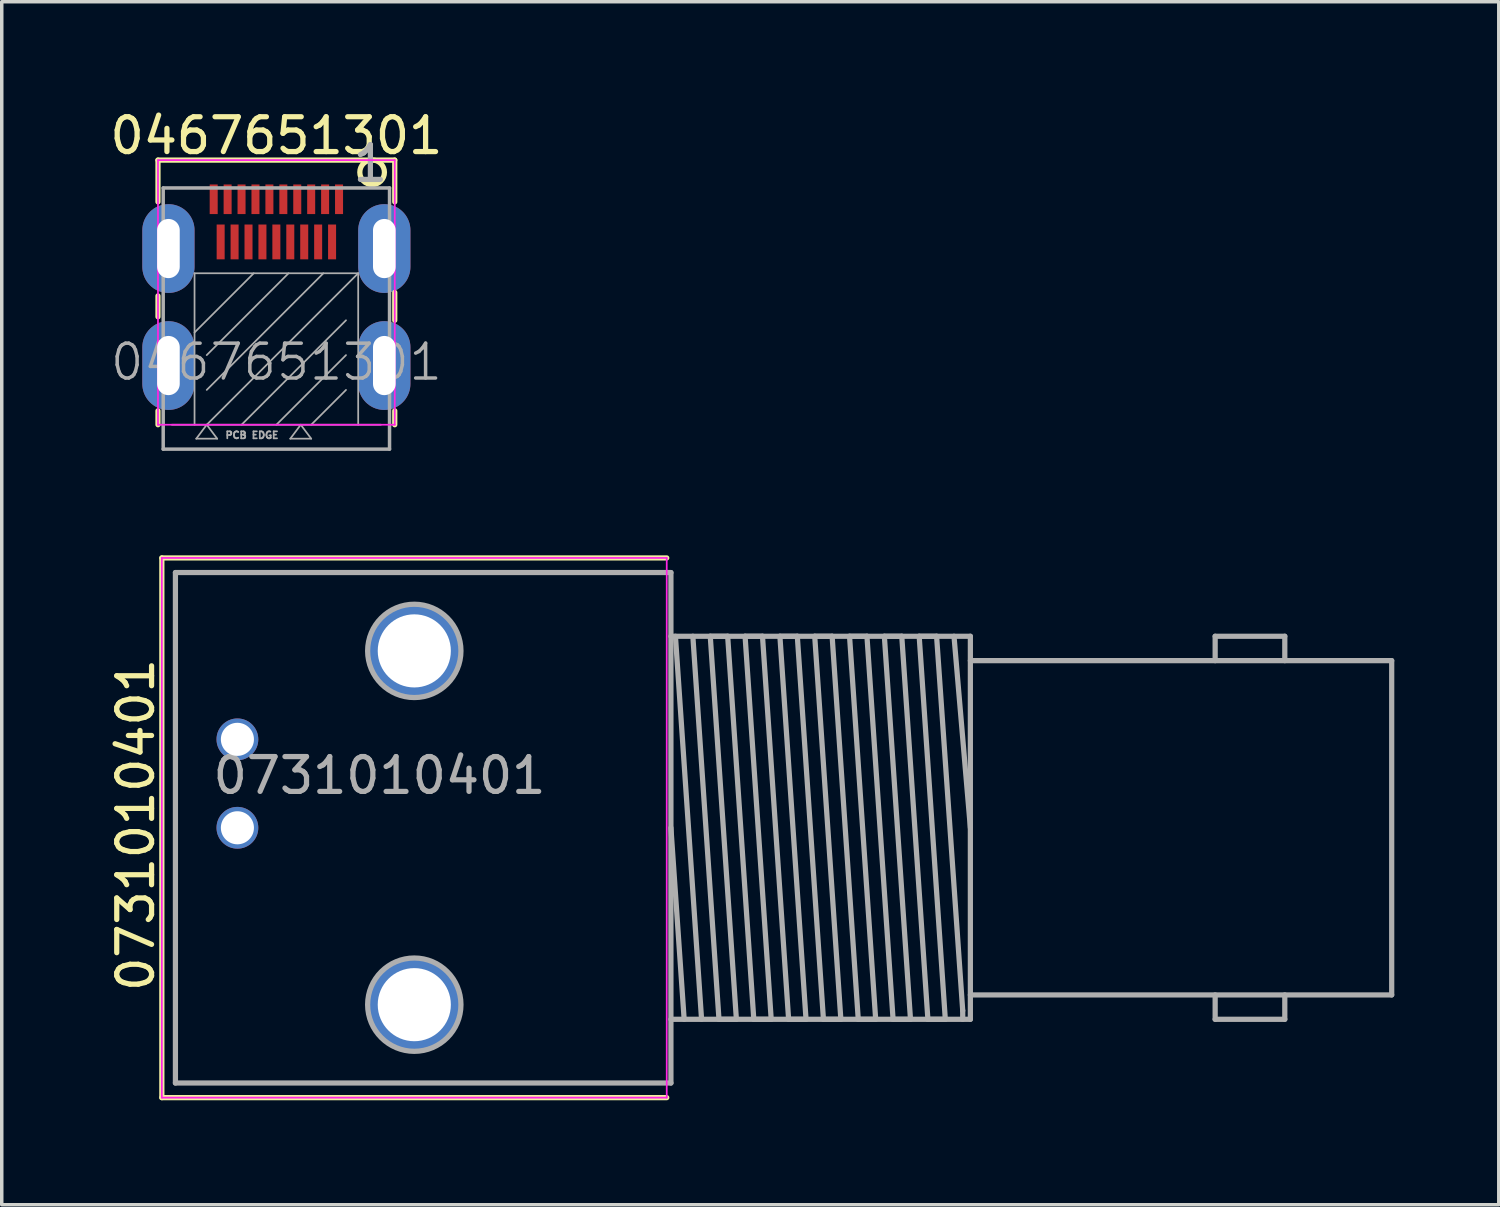
<source format=kicad_pcb>
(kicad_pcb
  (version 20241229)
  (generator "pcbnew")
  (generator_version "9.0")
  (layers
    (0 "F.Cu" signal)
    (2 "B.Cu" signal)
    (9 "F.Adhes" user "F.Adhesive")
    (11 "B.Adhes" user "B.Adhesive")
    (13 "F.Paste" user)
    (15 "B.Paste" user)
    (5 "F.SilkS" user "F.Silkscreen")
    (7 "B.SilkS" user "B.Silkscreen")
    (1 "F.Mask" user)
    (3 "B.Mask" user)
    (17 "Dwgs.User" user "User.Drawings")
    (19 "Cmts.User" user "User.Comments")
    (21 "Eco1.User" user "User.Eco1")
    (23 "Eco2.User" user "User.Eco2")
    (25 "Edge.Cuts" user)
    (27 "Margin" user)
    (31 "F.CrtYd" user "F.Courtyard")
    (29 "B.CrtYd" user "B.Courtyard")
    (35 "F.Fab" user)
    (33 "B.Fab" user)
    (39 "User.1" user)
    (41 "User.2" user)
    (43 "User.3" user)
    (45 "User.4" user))
  (footprint "0731010401"
    (layer "F.Cu")
    (at 8.848 20.723)
    (property "Reference" "0731010401" (at -8 -0.08 90) (layer "F.SilkS") (effects (font (size 1 1) (thickness 0.15))))
    (attr through_hole)
    (fp_line (start -7.25 -7.75) (end -7.25 7.75) (stroke (width 0.15) (type solid)) (layer "F.SilkS"))
    (fp_line (start -7.25 -7.75) (end 7.25 -7.75) (stroke (width 0.15) (type solid)) (layer "F.SilkS"))
    (fp_line (start -7.25 7.75) (end 7.25 7.75) (stroke (width 0.15) (type solid)) (layer "F.SilkS"))
    (fp_line (start -7.25 -7.75) (end -7.25 7.75) (stroke (width 0.05) (type solid)) (layer "F.CrtYd"))
    (fp_line (start -7.25 7.75) (end 7.25 7.75) (stroke (width 0.05) (type solid)) (layer "F.CrtYd"))
    (fp_line (start 7.25 -7.75) (end -7.25 -7.75) (stroke (width 0.05) (type solid)) (layer "F.CrtYd"))
    (fp_line (start 7.25 7.75) (end 7.25 -7.75) (stroke (width 0.05) (type solid)) (layer "F.CrtYd"))
    (fp_line (start -6.86 -7.33) (end -6.86 7.33) (stroke (width 0.15) (type solid)) (layer "F.Fab"))
    (fp_line (start -6.86 7.33) (end 7.37 7.33) (stroke (width 0.15) (type solid)) (layer "F.Fab"))
    (fp_line (start 7.37 -7.33) (end -6.86 -7.33) (stroke (width 0.15) (type solid)) (layer "F.Fab"))
    (fp_line (start 7.37 -7.33) (end 7.37 7.33) (stroke (width 0.15) (type solid)) (layer "F.Fab"))
    (fp_line (start 7.75 5.5) (end 7.37 0) (stroke (width 0.15) (type solid)) (layer "F.Fab"))
    (fp_line (start 8 -5.5) (end 8.75 5.5) (stroke (width 0.15) (type solid)) (layer "F.Fab"))
    (fp_line (start 8.25 5.5) (end 7.5 -5.5) (stroke (width 0.15) (type solid)) (layer "F.Fab"))
    (fp_line (start 8.5 -5.5) (end 9 -5.5) (stroke (width 0.15) (type solid)) (layer "F.Fab"))
    (fp_line (start 8.75 5.5) (end 9.25 5.5) (stroke (width 0.15) (type solid)) (layer "F.Fab"))
    (fp_line (start 9 -5.5) (end 9.75 5.5) (stroke (width 0.15) (type solid)) (layer "F.Fab"))
    (fp_line (start 9.25 5.5) (end 8.5 -5.5) (stroke (width 0.15) (type solid)) (layer "F.Fab"))
    (fp_line (start 9.5 -5.5) (end 10 -5.5) (stroke (width 0.15) (type solid)) (layer "F.Fab"))
    (fp_line (start 9.75 5.5) (end 10.25 5.5) (stroke (width 0.15) (type solid)) (layer "F.Fab"))
    (fp_line (start 10 -5.5) (end 10.75 5.5) (stroke (width 0.15) (type solid)) (layer "F.Fab"))
    (fp_line (start 10.25 5.5) (end 9.5 -5.5) (stroke (width 0.15) (type solid)) (layer "F.Fab"))
    (fp_line (start 10.5 -5.5) (end 11 -5.5) (stroke (width 0.15) (type solid)) (layer "F.Fab"))
    (fp_line (start 10.75 5.5) (end 11.25 5.5) (stroke (width 0.15) (type solid)) (layer "F.Fab"))
    (fp_line (start 11 -5.5) (end 11.75 5.5) (stroke (width 0.15) (type solid)) (layer "F.Fab"))
    (fp_line (start 11.25 5.5) (end 10.5 -5.5) (stroke (width 0.15) (type solid)) (layer "F.Fab"))
    (fp_line (start 11.5 -5.5) (end 12 -5.5) (stroke (width 0.15) (type solid)) (layer "F.Fab"))
    (fp_line (start 11.75 5.5) (end 12.25 5.5) (stroke (width 0.15) (type solid)) (layer "F.Fab"))
    (fp_line (start 12 -5.5) (end 12.75 5.5) (stroke (width 0.15) (type solid)) (layer "F.Fab"))
    (fp_line (start 12.25 5.5) (end 11.5 -5.5) (stroke (width 0.15) (type solid)) (layer "F.Fab"))
    (fp_line (start 12.5 -5.5) (end 13 -5.5) (stroke (width 0.15) (type solid)) (layer "F.Fab"))
    (fp_line (start 12.75 5.5) (end 13.25 5.5) (stroke (width 0.15) (type solid)) (layer "F.Fab"))
    (fp_line (start 13 -5.5) (end 13.75 5.5) (stroke (width 0.15) (type solid)) (layer "F.Fab"))
    (fp_line (start 13.25 5.5) (end 12.5 -5.5) (stroke (width 0.15) (type solid)) (layer "F.Fab"))
    (fp_line (start 13.5 -5.5) (end 14 -5.5) (stroke (width 0.15) (type solid)) (layer "F.Fab"))
    (fp_line (start 13.75 5.5) (end 14.25 5.5) (stroke (width 0.15) (type solid)) (layer "F.Fab"))
    (fp_line (start 14 -5.5) (end 14.75 5.5) (stroke (width 0.15) (type solid)) (layer "F.Fab"))
    (fp_line (start 14.25 5.5) (end 13.5 -5.5) (stroke (width 0.15) (type solid)) (layer "F.Fab"))
    (fp_line (start 14.5 -5.5) (end 15 -5.5) (stroke (width 0.15) (type solid)) (layer "F.Fab"))
    (fp_line (start 14.75 5.5) (end 15.25 5.5) (stroke (width 0.15) (type solid)) (layer "F.Fab"))
    (fp_line (start 15 -5.5) (end 15.75 5.25) (stroke (width 0.15) (type solid)) (layer "F.Fab"))
    (fp_line (start 15.25 5.5) (end 14.5 -5.5) (stroke (width 0.15) (type solid)) (layer "F.Fab"))
    (fp_line (start 15.75 5.25) (end 15.75 5.5) (stroke (width 0.15) (type solid)) (layer "F.Fab"))
    (fp_line (start 15.97 -5.5) (end 7.37 -5.5) (stroke (width 0.15) (type solid)) (layer "F.Fab"))
    (fp_line (start 15.97 -5.5) (end 15.97 5.5) (stroke (width 0.15) (type solid)) (layer "F.Fab"))
    (fp_line (start 15.97 -4.8) (end 28.07 -4.8) (stroke (width 0.15) (type solid)) (layer "F.Fab"))
    (fp_line (start 15.97 0) (end 15.5 -5.5) (stroke (width 0.15) (type solid)) (layer "F.Fab"))
    (fp_line (start 15.97 4.8) (end 28.07 4.8) (stroke (width 0.15) (type solid)) (layer "F.Fab"))
    (fp_line (start 15.97 5.5) (end 7.37 5.5) (stroke (width 0.15) (type solid)) (layer "F.Fab"))
    (fp_line (start 23 -5.5) (end 25 -5.5) (stroke (width 0.15) (type solid)) (layer "F.Fab"))
    (fp_line (start 23 -4.8) (end 23 -5.5) (stroke (width 0.15) (type solid)) (layer "F.Fab"))
    (fp_line (start 23 4.8) (end 23 5.5) (stroke (width 0.15) (type solid)) (layer "F.Fab"))
    (fp_line (start 23 5.5) (end 25 5.5) (stroke (width 0.15) (type solid)) (layer "F.Fab"))
    (fp_line (start 25 -5.5) (end 25 -4.8) (stroke (width 0.15) (type solid)) (layer "F.Fab"))
    (fp_line (start 25 5.5) (end 25 4.8) (stroke (width 0.15) (type solid)) (layer "F.Fab"))
    (fp_line (start 28.07 -4.8) (end 28.07 4.8) (stroke (width 0.15) (type solid)) (layer "F.Fab"))
    (fp_circle (center 0 -5.08) (end 0 -3.74) (stroke (width 0.15) (type solid)) (fill no) (layer "F.Fab"))
    (fp_circle (center 0 5.08) (end 0 3.74) (stroke (width 0.15) (type solid)) (fill no) (layer "F.Fab"))
    (fp_text user "${REFERENCE}" (at -1 -1.5 0) (layer "F.Fab") (effects (font (size 1 1) (thickness 0.15))))
    (pad "1" thru_hole circle (at -5.08 0) (size 1.2 1.2) (drill 0.95) (layers "*.Cu" "*.Mask"))
    (pad "2" thru_hole circle (at -5.08 -2.54) (size 1.2 1.2) (drill 0.95) (layers "*.Cu" "*.Mask"))
    (pad "3" thru_hole circle (at 0 -5.08) (size 2.68 2.68) (drill 2.1) (layers "*.Cu" "*.Mask"))
    (pad "4" thru_hole circle (at 0 5.08) (size 2.68 2.68) (drill 2.1) (layers "*.Cu" "*.Mask")))
  (footprint "0467651301"
    (layer "F.Cu")
    (at 4.887 9.148)
    (property "Reference" "0467651301" (at 0 -8.3 0) (layer "F.SilkS") (effects (font (size 1 1) (thickness 0.15))))
    (attr through_hole)
    (fp_line (start -3.4 -7.6) (end 3.4 -7.6) (stroke (width 0.15) (type solid)) (layer "F.SilkS"))
    (fp_line (start -3.4 -6.4) (end -3.4 -7.6) (stroke (width 0.15) (type solid)) (layer "F.SilkS"))
    (fp_line (start -3.4 -3.1) (end -3.4 -3.7) (stroke (width 0.15) (type solid)) (layer "F.SilkS"))
    (fp_line (start -3.4 0) (end -3.4 -0.4) (stroke (width 0.15) (type solid)) (layer "F.SilkS"))
    (fp_line (start 3.4 -7.6) (end 3.4 -6.4) (stroke (width 0.15) (type solid)) (layer "F.SilkS"))
    (fp_line (start 3.4 -3.8) (end 3.4 -3) (stroke (width 0.15) (type solid)) (layer "F.SilkS"))
    (fp_line (start 3.4 -0.4) (end 3.4 0) (stroke (width 0.15) (type solid)) (layer "F.SilkS"))
    (fp_circle (center 2.75 -7.25) (end 3 -7) (stroke (width 0.15) (type solid)) (fill no) (layer "F.SilkS"))
    (fp_line (start -3.4 -7.6) (end -3.4 0) (stroke (width 0.05) (type solid)) (layer "F.CrtYd"))
    (fp_line (start -3.4 0) (end 3.4 0) (stroke (width 0.05) (type solid)) (layer "F.CrtYd"))
    (fp_line (start 3.4 -7.6) (end -3.4 -7.6) (stroke (width 0.05) (type solid)) (layer "F.CrtYd"))
    (fp_line (start 3.4 0) (end 3.4 -7.6) (stroke (width 0.05) (type solid)) (layer "F.CrtYd"))
    (fp_line (start -3.25 -6.8) (end 3.25 -6.8) (stroke (width 0.1) (type solid)) (layer "F.Fab"))
    (fp_line (start -3.25 0.7) (end -3.25 -6.8) (stroke (width 0.1) (type solid)) (layer "F.Fab"))
    (fp_line (start -3.2 -5.7) (end -2.9 -5.7) (stroke (width 0.15) (type solid)) (layer "F.Fab"))
    (fp_line (start -3.2 -2.3) (end -2.9 -2.3) (stroke (width 0.15) (type solid)) (layer "F.Fab"))
    (fp_line (start -3 0) (end 3 0) (stroke (width 0.05) (type solid)) (layer "F.Fab"))
    (fp_line (start -2.9 -5.7) (end -2.9 -4.5) (stroke (width 0.15) (type solid)) (layer "F.Fab"))
    (fp_line (start -2.9 -4.5) (end -3.2 -4.5) (stroke (width 0.15) (type solid)) (layer "F.Fab"))
    (fp_line (start -2.9 -2.3) (end -2.9 -1.1) (stroke (width 0.15) (type solid)) (layer "F.Fab"))
    (fp_line (start -2.9 -1.1) (end -3.2 -1.1) (stroke (width 0.15) (type solid)) (layer "F.Fab"))
    (fp_line (start -2.35 -4.35) (end -2.35 0) (stroke (width 0.05) (type solid)) (layer "F.Fab"))
    (fp_line (start -2.35 -4.35) (end 2.35 -4.35) (stroke (width 0.05) (type solid)) (layer "F.Fab"))
    (fp_line (start -2.3 0.4) (end -1.7 0.4) (stroke (width 0.05) (type solid)) (layer "F.Fab"))
    (fp_line (start -2 0) (end -2.3 0.4) (stroke (width 0.05) (type solid)) (layer "F.Fab"))
    (fp_line (start -1.7 0.4) (end -2 0) (stroke (width 0.05) (type solid)) (layer "F.Fab"))
    (fp_line (start -0.65 -4.35) (end -2.35 -2.65) (stroke (width 0.05) (type solid)) (layer "F.Fab"))
    (fp_line (start 0.35 -4.35) (end -2 -2) (stroke (width 0.05) (type solid)) (layer "F.Fab"))
    (fp_line (start 0.4 0.4) (end 0.7 0) (stroke (width 0.05) (type solid)) (layer "F.Fab"))
    (fp_line (start 0.4 0.4) (end 1 0.4) (stroke (width 0.05) (type solid)) (layer "F.Fab"))
    (fp_line (start 0.7 0) (end 1 0.4) (stroke (width 0.05) (type solid)) (layer "F.Fab"))
    (fp_line (start 1.35 -4.35) (end -2 -1) (stroke (width 0.05) (type solid)) (layer "F.Fab"))
    (fp_line (start 2 -3) (end -1 0) (stroke (width 0.05) (type solid)) (layer "F.Fab"))
    (fp_line (start 2 -2) (end 0 0) (stroke (width 0.05) (type solid)) (layer "F.Fab"))
    (fp_line (start 2 -1) (end 1 0) (stroke (width 0.05) (type solid)) (layer "F.Fab"))
    (fp_line (start 2.35 -4.35) (end -2 0) (stroke (width 0.05) (type solid)) (layer "F.Fab"))
    (fp_line (start 2.35 -4.35) (end 2.35 0) (stroke (width 0.05) (type solid)) (layer "F.Fab"))
    (fp_line (start 2.9 -5.7) (end 2.9 -4.4) (stroke (width 0.15) (type solid)) (layer "F.Fab"))
    (fp_line (start 2.9 -4.4) (end 3.2 -4.4) (stroke (width 0.15) (type solid)) (layer "F.Fab"))
    (fp_line (start 2.9 -2.3) (end 2.9 -1.1) (stroke (width 0.15) (type solid)) (layer "F.Fab"))
    (fp_line (start 2.9 -1.1) (end 3.2 -1.1) (stroke (width 0.15) (type solid)) (layer "F.Fab"))
    (fp_line (start 3.2 -5.7) (end 2.9 -5.7) (stroke (width 0.15) (type solid)) (layer "F.Fab"))
    (fp_line (start 3.2 -2.3) (end 2.9 -2.3) (stroke (width 0.15) (type solid)) (layer "F.Fab"))
    (fp_line (start 3.25 -6.8) (end 3.25 0.7) (stroke (width 0.1) (type solid)) (layer "F.Fab"))
    (fp_line (start 3.25 0.7) (end -3.25 0.7) (stroke (width 0.1) (type solid)) (layer "F.Fab"))
    (fp_text user "${REFERENCE}" (at 0 -1.8 0) (layer "F.Fab") (effects (font (size 1 1) (thickness 0.1))))
    (fp_text user "PCB EDGE" (at -0.7 0.3 0) (layer "F.Fab") (effects (font (size 0.2 0.2) (thickness 0.05))))
    (fp_text user "1" (at 2.7 -7.5 0) (layer "F.Fab") (effects (font (size 1 1) (thickness 0.15))))
    (pad "1" smd rect (at 1.8 -6.475) (size 0.23 0.85) (layers "F.Cu" "F.Mask" "F.Paste"))
    (pad "2" smd rect (at 1.6 -5.25) (size 0.23 1) (layers "F.Cu" "F.Mask" "F.Paste"))
    (pad "3" smd rect (at 1.4 -6.475) (size 0.23 0.85) (layers "F.Cu" "F.Mask" "F.Paste"))
    (pad "4" smd rect (at 1.2 -5.25) (size 0.23 1) (layers "F.Cu" "F.Mask" "F.Paste"))
    (pad "5" smd rect (at 1 -6.475) (size 0.23 0.85) (layers "F.Cu" "F.Mask" "F.Paste"))
    (pad "6" smd rect (at 0.8 -5.25) (size 0.23 1) (layers "F.Cu" "F.Mask" "F.Paste"))
    (pad "7" smd rect (at 0.6 -6.475) (size 0.23 0.85) (layers "F.Cu" "F.Mask" "F.Paste"))
    (pad "8" smd rect (at 0.4 -5.25) (size 0.23 1) (layers "F.Cu" "F.Mask" "F.Paste"))
    (pad "9" smd rect (at 0.2 -6.475) (size 0.23 0.85) (layers "F.Cu" "F.Mask" "F.Paste"))
    (pad "10" smd rect (at 0 -5.25) (size 0.23 1) (layers "F.Cu" "F.Mask" "F.Paste"))
    (pad "11" smd rect (at -0.2 -6.475) (size 0.23 0.85) (layers "F.Cu" "F.Mask" "F.Paste"))
    (pad "12" smd rect (at -0.4 -5.25) (size 0.23 1) (layers "F.Cu" "F.Mask" "F.Paste"))
    (pad "13" smd rect (at -0.6 -6.475) (size 0.23 0.85) (layers "F.Cu" "F.Mask" "F.Paste"))
    (pad "14" smd rect (at -0.8 -5.25) (size 0.23 1) (layers "F.Cu" "F.Mask" "F.Paste"))
    (pad "15" smd rect (at -1 -6.475) (size 0.23 0.85) (layers "F.Cu" "F.Mask" "F.Paste"))
    (pad "16" smd rect (at -1.2 -5.25) (size 0.23 1) (layers "F.Cu" "F.Mask" "F.Paste"))
    (pad "17" smd rect (at -1.4 -6.475) (size 0.23 0.85) (layers "F.Cu" "F.Mask" "F.Paste"))
    (pad "18" smd rect (at -1.6 -5.25) (size 0.23 1) (layers "F.Cu" "F.Mask" "F.Paste"))
    (pad "19" smd rect (at -1.8 -6.475) (size 0.23 0.85) (layers "F.Cu" "F.Mask" "F.Paste"))
    (pad "20" thru_hole oval (at -3.1 -5.06) (size 1.5 2.55) (drill oval 0.65 1.7) (layers "*.Cu" "*.Mask"))
    (pad "21" thru_hole oval (at -3.1 -1.7) (size 1.5 2.55) (drill oval 0.65 1.7) (layers "*.Cu" "*.Mask"))
    (pad "22" thru_hole oval (at 3.1 -5.06) (size 1.5 2.55) (drill oval 0.65 1.7) (layers "*.Cu" "*.Mask"))
    (pad "23" thru_hole oval (at 3.1 -1.7) (size 1.5 2.55) (drill oval 0.65 1.7) (layers "*.Cu" "*.Mask")))
  (gr_rect
    (start -3 -3)
    (end 39.993 31.548)
    (stroke (width 0.1) (type default))
    (fill no)
    (layer "Edge.Cuts")))
</source>
